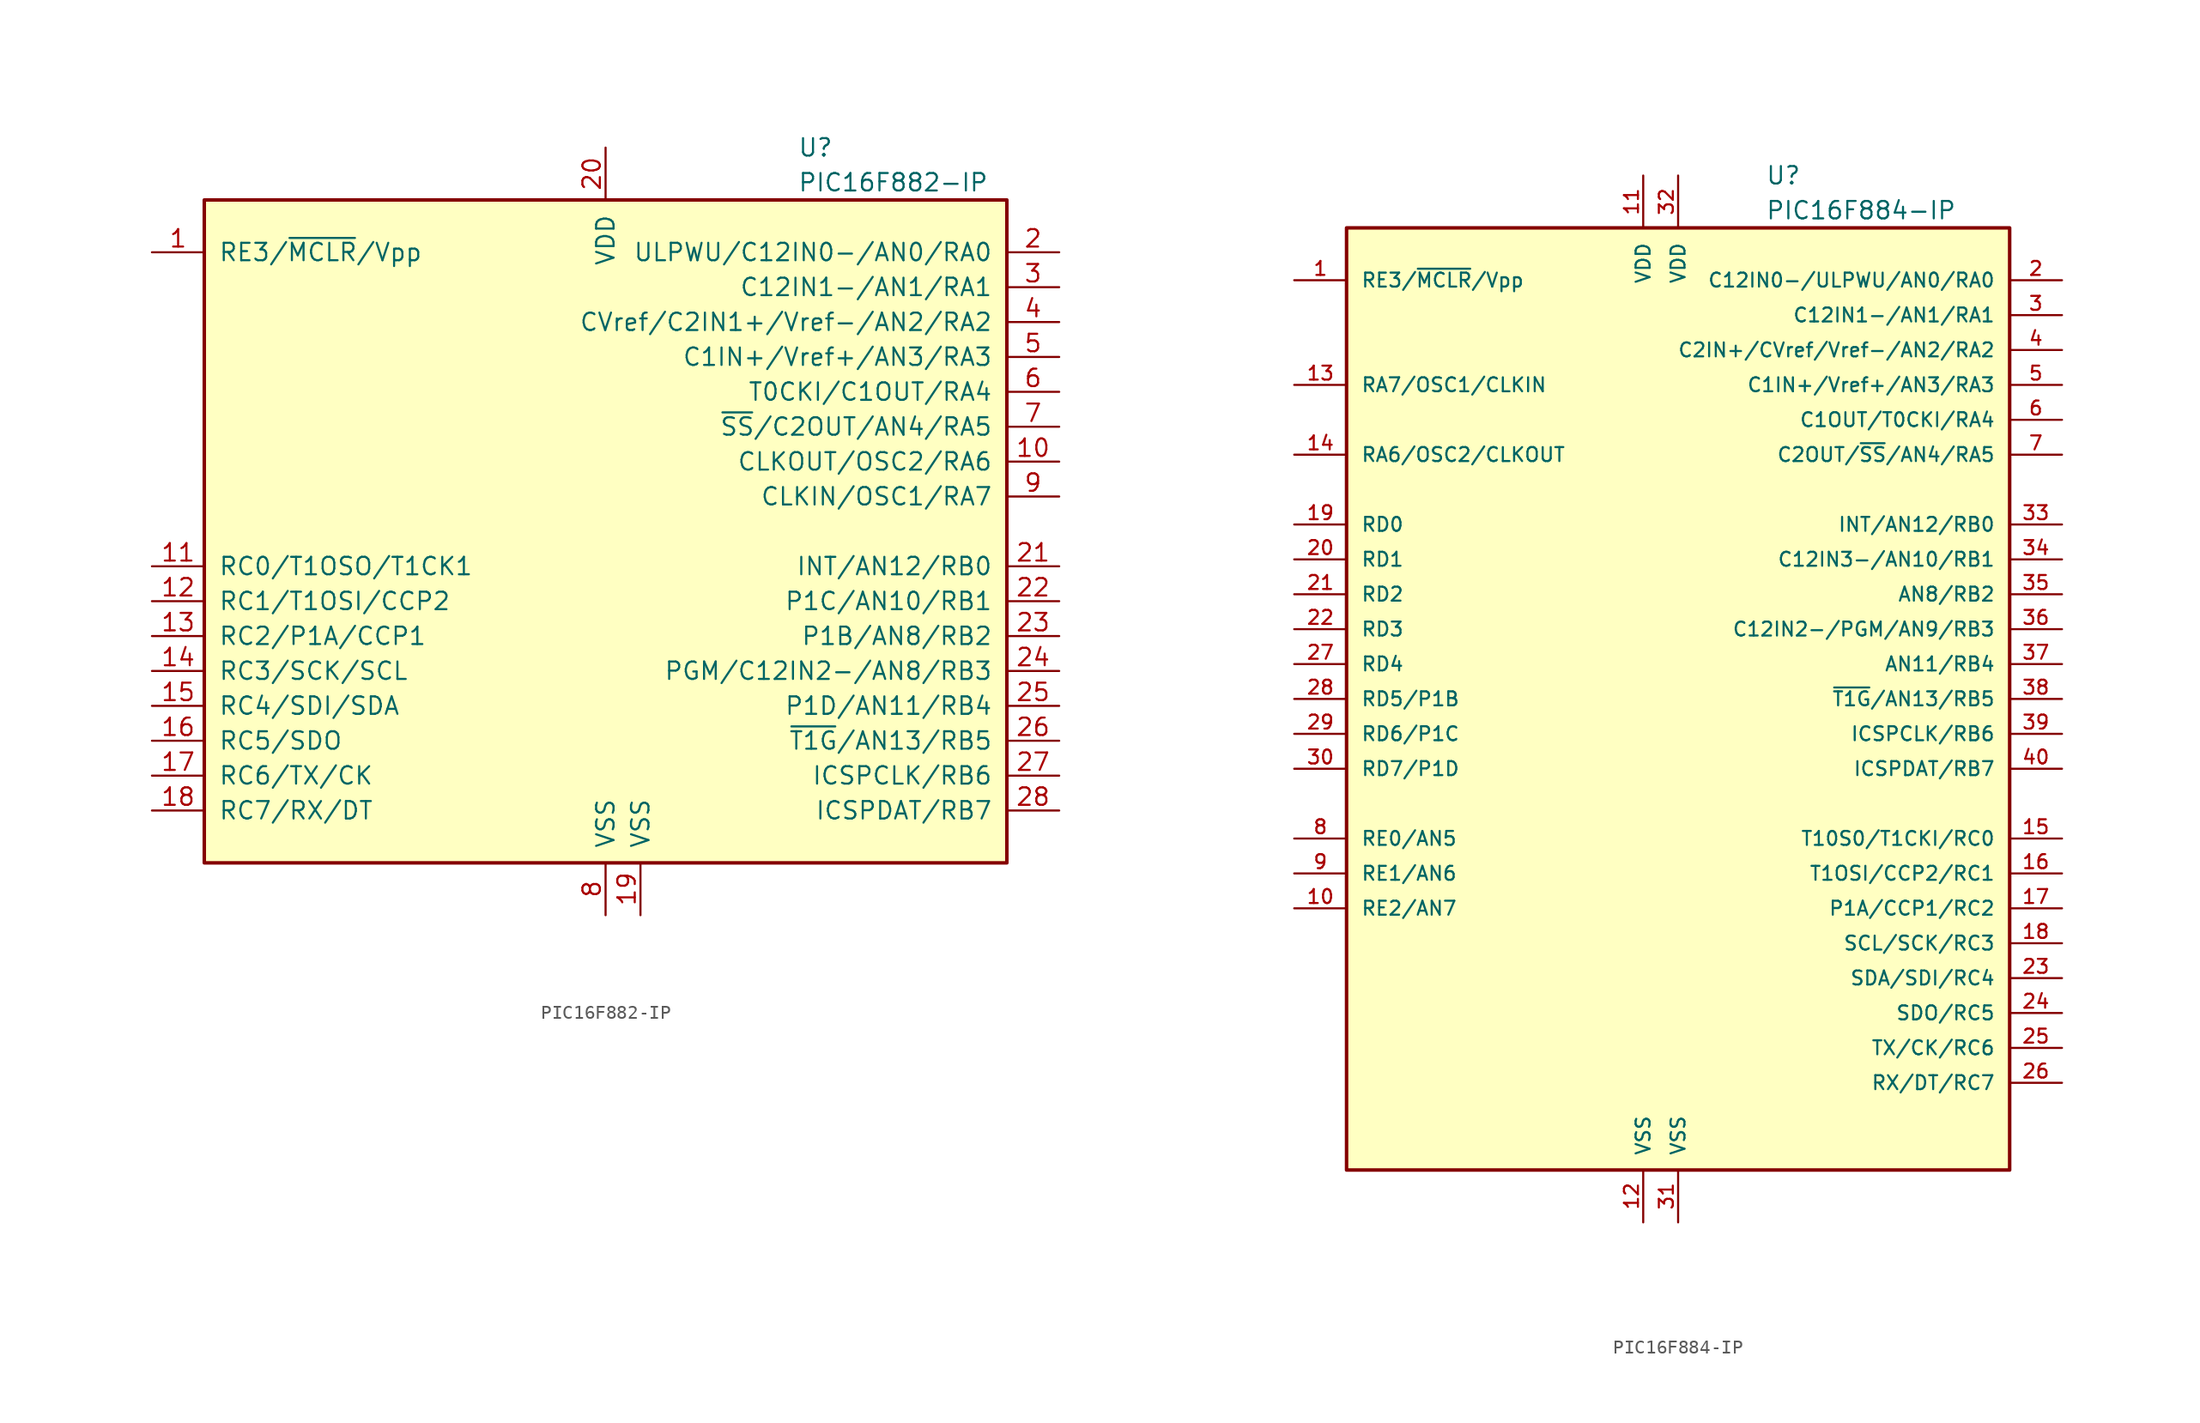
<source format=kicad_sym>
(kicad_symbol_lib
  (version 20201005)
  (generator kicad_symbol_editor)
  (symbol "MCU_Microchip_PIC16:PIC16F882-IP"
    (pin_names
      (offset 1.016))
    (property "Reference" "U"
      (at 13.97 27.94 0)
      (effects (font (size 1.27 1.27)) (justify left)))
    (property "Value" "PIC16F882-IP"
      (at 13.97 25.4 0)
      (effects (font (size 1.27 1.27)) (justify left)))
    (symbol "PIC16F882-IP_0_1"
      (rectangle (start -29.21 24.13) (end 29.21 -24.13) (stroke (width 0.254)) (fill (type background))))
    (symbol "PIC16F882-IP_1_1"
      (pin bidirectional line (at -33.02 20.32 0) (length 3.81) (name "RE3/~MCLR~/Vpp" (effects (font (size 1.27 1.27)))) (number "1" (effects (font (size 1.27 1.27)))))
      (pin bidirectional line (at 33.02 5.08 180) (length 3.81) (name "CLKOUT/OSC2/RA6" (effects (font (size 1.27 1.27)))) (number "10" (effects (font (size 1.27 1.27)))))
      (pin bidirectional line (at -33.02 -2.54 0) (length 3.81) (name "RC0/T1OSO/T1CK1" (effects (font (size 1.27 1.27)))) (number "11" (effects (font (size 1.27 1.27)))))
      (pin bidirectional line (at -33.02 -5.08 0) (length 3.81) (name "RC1/T1OSI/CCP2" (effects (font (size 1.27 1.27)))) (number "12" (effects (font (size 1.27 1.27)))))
      (pin bidirectional line (at -33.02 -7.62 0) (length 3.81) (name "RC2/P1A/CCP1" (effects (font (size 1.27 1.27)))) (number "13" (effects (font (size 1.27 1.27)))))
      (pin bidirectional line (at -33.02 -10.16 0) (length 3.81) (name "RC3/SCK/SCL" (effects (font (size 1.27 1.27)))) (number "14" (effects (font (size 1.27 1.27)))))
      (pin bidirectional line (at -33.02 -12.7 0) (length 3.81) (name "RC4/SDI/SDA" (effects (font (size 1.27 1.27)))) (number "15" (effects (font (size 1.27 1.27)))))
      (pin bidirectional line (at -33.02 -15.24 0) (length 3.81) (name "RC5/SDO" (effects (font (size 1.27 1.27)))) (number "16" (effects (font (size 1.27 1.27)))))
      (pin bidirectional line (at -33.02 -17.78 0) (length 3.81) (name "RC6/TX/CK" (effects (font (size 1.27 1.27)))) (number "17" (effects (font (size 1.27 1.27)))))
      (pin bidirectional line (at -33.02 -20.32 0) (length 3.81) (name "RC7/RX/DT" (effects (font (size 1.27 1.27)))) (number "18" (effects (font (size 1.27 1.27)))))
      (pin power_in line (at 2.54 -27.94 90) (length 3.81) (name "VSS" (effects (font (size 1.27 1.27)))) (number "19" (effects (font (size 1.27 1.27)))))
      (pin bidirectional line (at 33.02 20.32 180) (length 3.81) (name "ULPWU/C12IN0-/AN0/RA0" (effects (font (size 1.27 1.27)))) (number "2" (effects (font (size 1.27 1.27)))))
      (pin power_in line (at 0 27.94 270) (length 3.81) (name "VDD" (effects (font (size 1.27 1.27)))) (number "20" (effects (font (size 1.27 1.27)))))
      (pin bidirectional line (at 33.02 -2.54 180) (length 3.81) (name "INT/AN12/RB0" (effects (font (size 1.27 1.27)))) (number "21" (effects (font (size 1.27 1.27)))))
      (pin bidirectional line (at 33.02 -5.08 180) (length 3.81) (name "P1C/AN10/RB1" (effects (font (size 1.27 1.27)))) (number "22" (effects (font (size 1.27 1.27)))))
      (pin bidirectional line (at 33.02 -7.62 180) (length 3.81) (name "P1B/AN8/RB2" (effects (font (size 1.27 1.27)))) (number "23" (effects (font (size 1.27 1.27)))))
      (pin bidirectional line (at 33.02 -10.16 180) (length 3.81) (name "PGM/C12IN2-/AN8/RB3" (effects (font (size 1.27 1.27)))) (number "24" (effects (font (size 1.27 1.27)))))
      (pin bidirectional line (at 33.02 -12.7 180) (length 3.81) (name "P1D/AN11/RB4" (effects (font (size 1.27 1.27)))) (number "25" (effects (font (size 1.27 1.27)))))
      (pin bidirectional line (at 33.02 -15.24 180) (length 3.81) (name "~T1G~/AN13/RB5" (effects (font (size 1.27 1.27)))) (number "26" (effects (font (size 1.27 1.27)))))
      (pin bidirectional line (at 33.02 -17.78 180) (length 3.81) (name "ICSPCLK/RB6" (effects (font (size 1.27 1.27)))) (number "27" (effects (font (size 1.27 1.27)))))
      (pin bidirectional line (at 33.02 -20.32 180) (length 3.81) (name "ICSPDAT/RB7" (effects (font (size 1.27 1.27)))) (number "28" (effects (font (size 1.27 1.27)))))
      (pin bidirectional line (at 33.02 17.78 180) (length 3.81) (name "C12IN1-/AN1/RA1" (effects (font (size 1.27 1.27)))) (number "3" (effects (font (size 1.27 1.27)))))
      (pin bidirectional line (at 33.02 15.24 180) (length 3.81) (name "CVref/C2IN1+/Vref-/AN2/RA2" (effects (font (size 1.27 1.27)))) (number "4" (effects (font (size 1.27 1.27)))))
      (pin bidirectional line (at 33.02 12.7 180) (length 3.81) (name "C1IN+/Vref+/AN3/RA3" (effects (font (size 1.27 1.27)))) (number "5" (effects (font (size 1.27 1.27)))))
      (pin bidirectional line (at 33.02 10.16 180) (length 3.81) (name "T0CKI/C1OUT/RA4" (effects (font (size 1.27 1.27)))) (number "6" (effects (font (size 1.27 1.27)))))
      (pin bidirectional line (at 33.02 7.62 180) (length 3.81) (name "~SS~/C2OUT/AN4/RA5" (effects (font (size 1.27 1.27)))) (number "7" (effects (font (size 1.27 1.27)))))
      (pin power_in line (at 0 -27.94 90) (length 3.81) (name "VSS" (effects (font (size 1.27 1.27)))) (number "8" (effects (font (size 1.27 1.27)))))
      (pin input line (at 33.02 2.54 180) (length 3.81) (name "CLKIN/OSC1/RA7" (effects (font (size 1.27 1.27)))) (number "9" (effects (font (size 1.27 1.27)))))))
  (symbol "MCU_Microchip_PIC16:PIC16F884-IP"
    (pin_names
      (offset 1.016))
    (property "Reference" "U"
      (at 6.35 38.1 0)
      (effects (font (size 1.27 1.27)) (justify left)))
    (property "Value" "PIC16F884-IP"
      (at 6.35 35.56 0)
      (effects (font (size 1.27 1.27)) (justify left)))
    (symbol "PIC16F884-IP_0_1"
      (rectangle (start -24.13 -34.29) (end 24.13 34.29) (stroke (width 0.254)) (fill (type background))))
    (symbol "PIC16F884-IP_1_1"
      (pin input line (at -27.94 30.48 0) (length 3.81) (name "RE3/~MCLR~/Vpp" (effects (font (size 1.016 1.016)))) (number "1" (effects (font (size 1.016 1.016)))))
      (pin bidirectional line (at -27.94 -15.24 0) (length 3.81) (name "RE2/AN7" (effects (font (size 1.016 1.016)))) (number "10" (effects (font (size 1.016 1.016)))))
      (pin power_in line (at -2.54 38.1 270) (length 3.81) (name "VDD" (effects (font (size 1.016 1.016)))) (number "11" (effects (font (size 1.016 1.016)))))
      (pin power_in line (at -2.54 -38.1 90) (length 3.81) (name "VSS" (effects (font (size 1.016 1.016)))) (number "12" (effects (font (size 1.016 1.016)))))
      (pin bidirectional line (at -27.94 22.86 0) (length 3.81) (name "RA7/OSC1/CLKIN" (effects (font (size 1.016 1.016)))) (number "13" (effects (font (size 1.016 1.016)))))
      (pin bidirectional line (at -27.94 17.78 0) (length 3.81) (name "RA6/OSC2/CLKOUT" (effects (font (size 1.016 1.016)))) (number "14" (effects (font (size 1.016 1.016)))))
      (pin bidirectional line (at 27.94 -10.16 180) (length 3.81) (name "T10S0/T1CKI/RC0" (effects (font (size 1.016 1.016)))) (number "15" (effects (font (size 1.016 1.016)))))
      (pin bidirectional line (at 27.94 -12.7 180) (length 3.81) (name "T1OSI/CCP2/RC1" (effects (font (size 1.016 1.016)))) (number "16" (effects (font (size 1.016 1.016)))))
      (pin bidirectional line (at 27.94 -15.24 180) (length 3.81) (name "P1A/CCP1/RC2" (effects (font (size 1.016 1.016)))) (number "17" (effects (font (size 1.016 1.016)))))
      (pin bidirectional line (at 27.94 -17.78 180) (length 3.81) (name "SCL/SCK/RC3" (effects (font (size 1.016 1.016)))) (number "18" (effects (font (size 1.016 1.016)))))
      (pin bidirectional line (at -27.94 12.7 0) (length 3.81) (name "RD0" (effects (font (size 1.016 1.016)))) (number "19" (effects (font (size 1.016 1.016)))))
      (pin bidirectional line (at 27.94 30.48 180) (length 3.81) (name "C12IN0-/ULPWU/AN0/RA0" (effects (font (size 1.016 1.016)))) (number "2" (effects (font (size 1.016 1.016)))))
      (pin bidirectional line (at -27.94 10.16 0) (length 3.81) (name "RD1" (effects (font (size 1.016 1.016)))) (number "20" (effects (font (size 1.016 1.016)))))
      (pin bidirectional line (at -27.94 7.62 0) (length 3.81) (name "RD2" (effects (font (size 1.016 1.016)))) (number "21" (effects (font (size 1.016 1.016)))))
      (pin bidirectional line (at -27.94 5.08 0) (length 3.81) (name "RD3" (effects (font (size 1.016 1.016)))) (number "22" (effects (font (size 1.016 1.016)))))
      (pin bidirectional line (at 27.94 -20.32 180) (length 3.81) (name "SDA/SDI/RC4" (effects (font (size 1.016 1.016)))) (number "23" (effects (font (size 1.016 1.016)))))
      (pin bidirectional line (at 27.94 -22.86 180) (length 3.81) (name "SDO/RC5" (effects (font (size 1.016 1.016)))) (number "24" (effects (font (size 1.016 1.016)))))
      (pin bidirectional line (at 27.94 -25.4 180) (length 3.81) (name "TX/CK/RC6" (effects (font (size 1.016 1.016)))) (number "25" (effects (font (size 1.016 1.016)))))
      (pin bidirectional line (at 27.94 -27.94 180) (length 3.81) (name "RX/DT/RC7" (effects (font (size 1.016 1.016)))) (number "26" (effects (font (size 1.016 1.016)))))
      (pin bidirectional line (at -27.94 2.54 0) (length 3.81) (name "RD4" (effects (font (size 1.016 1.016)))) (number "27" (effects (font (size 1.016 1.016)))))
      (pin bidirectional line (at -27.94 0 0) (length 3.81) (name "RD5/P1B" (effects (font (size 1.016 1.016)))) (number "28" (effects (font (size 1.016 1.016)))))
      (pin bidirectional line (at -27.94 -2.54 0) (length 3.81) (name "RD6/P1C" (effects (font (size 1.016 1.016)))) (number "29" (effects (font (size 1.016 1.016)))))
      (pin bidirectional line (at 27.94 27.94 180) (length 3.81) (name "C12IN1-/AN1/RA1" (effects (font (size 1.016 1.016)))) (number "3" (effects (font (size 1.016 1.016)))))
      (pin bidirectional line (at -27.94 -5.08 0) (length 3.81) (name "RD7/P1D" (effects (font (size 1.016 1.016)))) (number "30" (effects (font (size 1.016 1.016)))))
      (pin power_in line (at 0 -38.1 90) (length 3.81) (name "VSS" (effects (font (size 1.016 1.016)))) (number "31" (effects (font (size 1.016 1.016)))))
      (pin power_in line (at 0 38.1 270) (length 3.81) (name "VDD" (effects (font (size 1.016 1.016)))) (number "32" (effects (font (size 1.016 1.016)))))
      (pin bidirectional line (at 27.94 12.7 180) (length 3.81) (name "INT/AN12/RB0" (effects (font (size 1.016 1.016)))) (number "33" (effects (font (size 1.016 1.016)))))
      (pin bidirectional line (at 27.94 10.16 180) (length 3.81) (name "C12IN3-/AN10/RB1" (effects (font (size 1.016 1.016)))) (number "34" (effects (font (size 1.016 1.016)))))
      (pin bidirectional line (at 27.94 7.62 180) (length 3.81) (name "AN8/RB2" (effects (font (size 1.016 1.016)))) (number "35" (effects (font (size 1.016 1.016)))))
      (pin bidirectional line (at 27.94 5.08 180) (length 3.81) (name "C12IN2-/PGM/AN9/RB3" (effects (font (size 1.016 1.016)))) (number "36" (effects (font (size 1.016 1.016)))))
      (pin bidirectional line (at 27.94 2.54 180) (length 3.81) (name "AN11/RB4" (effects (font (size 1.016 1.016)))) (number "37" (effects (font (size 1.016 1.016)))))
      (pin bidirectional line (at 27.94 0 180) (length 3.81) (name "~T1G~/AN13/RB5" (effects (font (size 1.016 1.016)))) (number "38" (effects (font (size 1.016 1.016)))))
      (pin bidirectional line (at 27.94 -2.54 180) (length 3.81) (name "ICSPCLK/RB6" (effects (font (size 1.016 1.016)))) (number "39" (effects (font (size 1.016 1.016)))))
      (pin bidirectional line (at 27.94 25.4 180) (length 3.81) (name "C2IN+/CVref/Vref-/AN2/RA2" (effects (font (size 1.016 1.016)))) (number "4" (effects (font (size 1.016 1.016)))))
      (pin bidirectional line (at 27.94 -5.08 180) (length 3.81) (name "ICSPDAT/RB7" (effects (font (size 1.016 1.016)))) (number "40" (effects (font (size 1.016 1.016)))))
      (pin bidirectional line (at 27.94 22.86 180) (length 3.81) (name "C1IN+/Vref+/AN3/RA3" (effects (font (size 1.016 1.016)))) (number "5" (effects (font (size 1.016 1.016)))))
      (pin bidirectional line (at 27.94 20.32 180) (length 3.81) (name "C1OUT/T0CKI/RA4" (effects (font (size 1.016 1.016)))) (number "6" (effects (font (size 1.016 1.016)))))
      (pin bidirectional line (at 27.94 17.78 180) (length 3.81) (name "C2OUT/~SS~/AN4/RA5" (effects (font (size 1.016 1.016)))) (number "7" (effects (font (size 1.016 1.016)))))
      (pin bidirectional line (at -27.94 -10.16 0) (length 3.81) (name "RE0/AN5" (effects (font (size 1.016 1.016)))) (number "8" (effects (font (size 1.016 1.016)))))
      (pin bidirectional line (at -27.94 -12.7 0) (length 3.81) (name "RE1/AN6" (effects (font (size 1.016 1.016)))) (number "9" (effects (font (size 1.016 1.016))))))))
</source>
